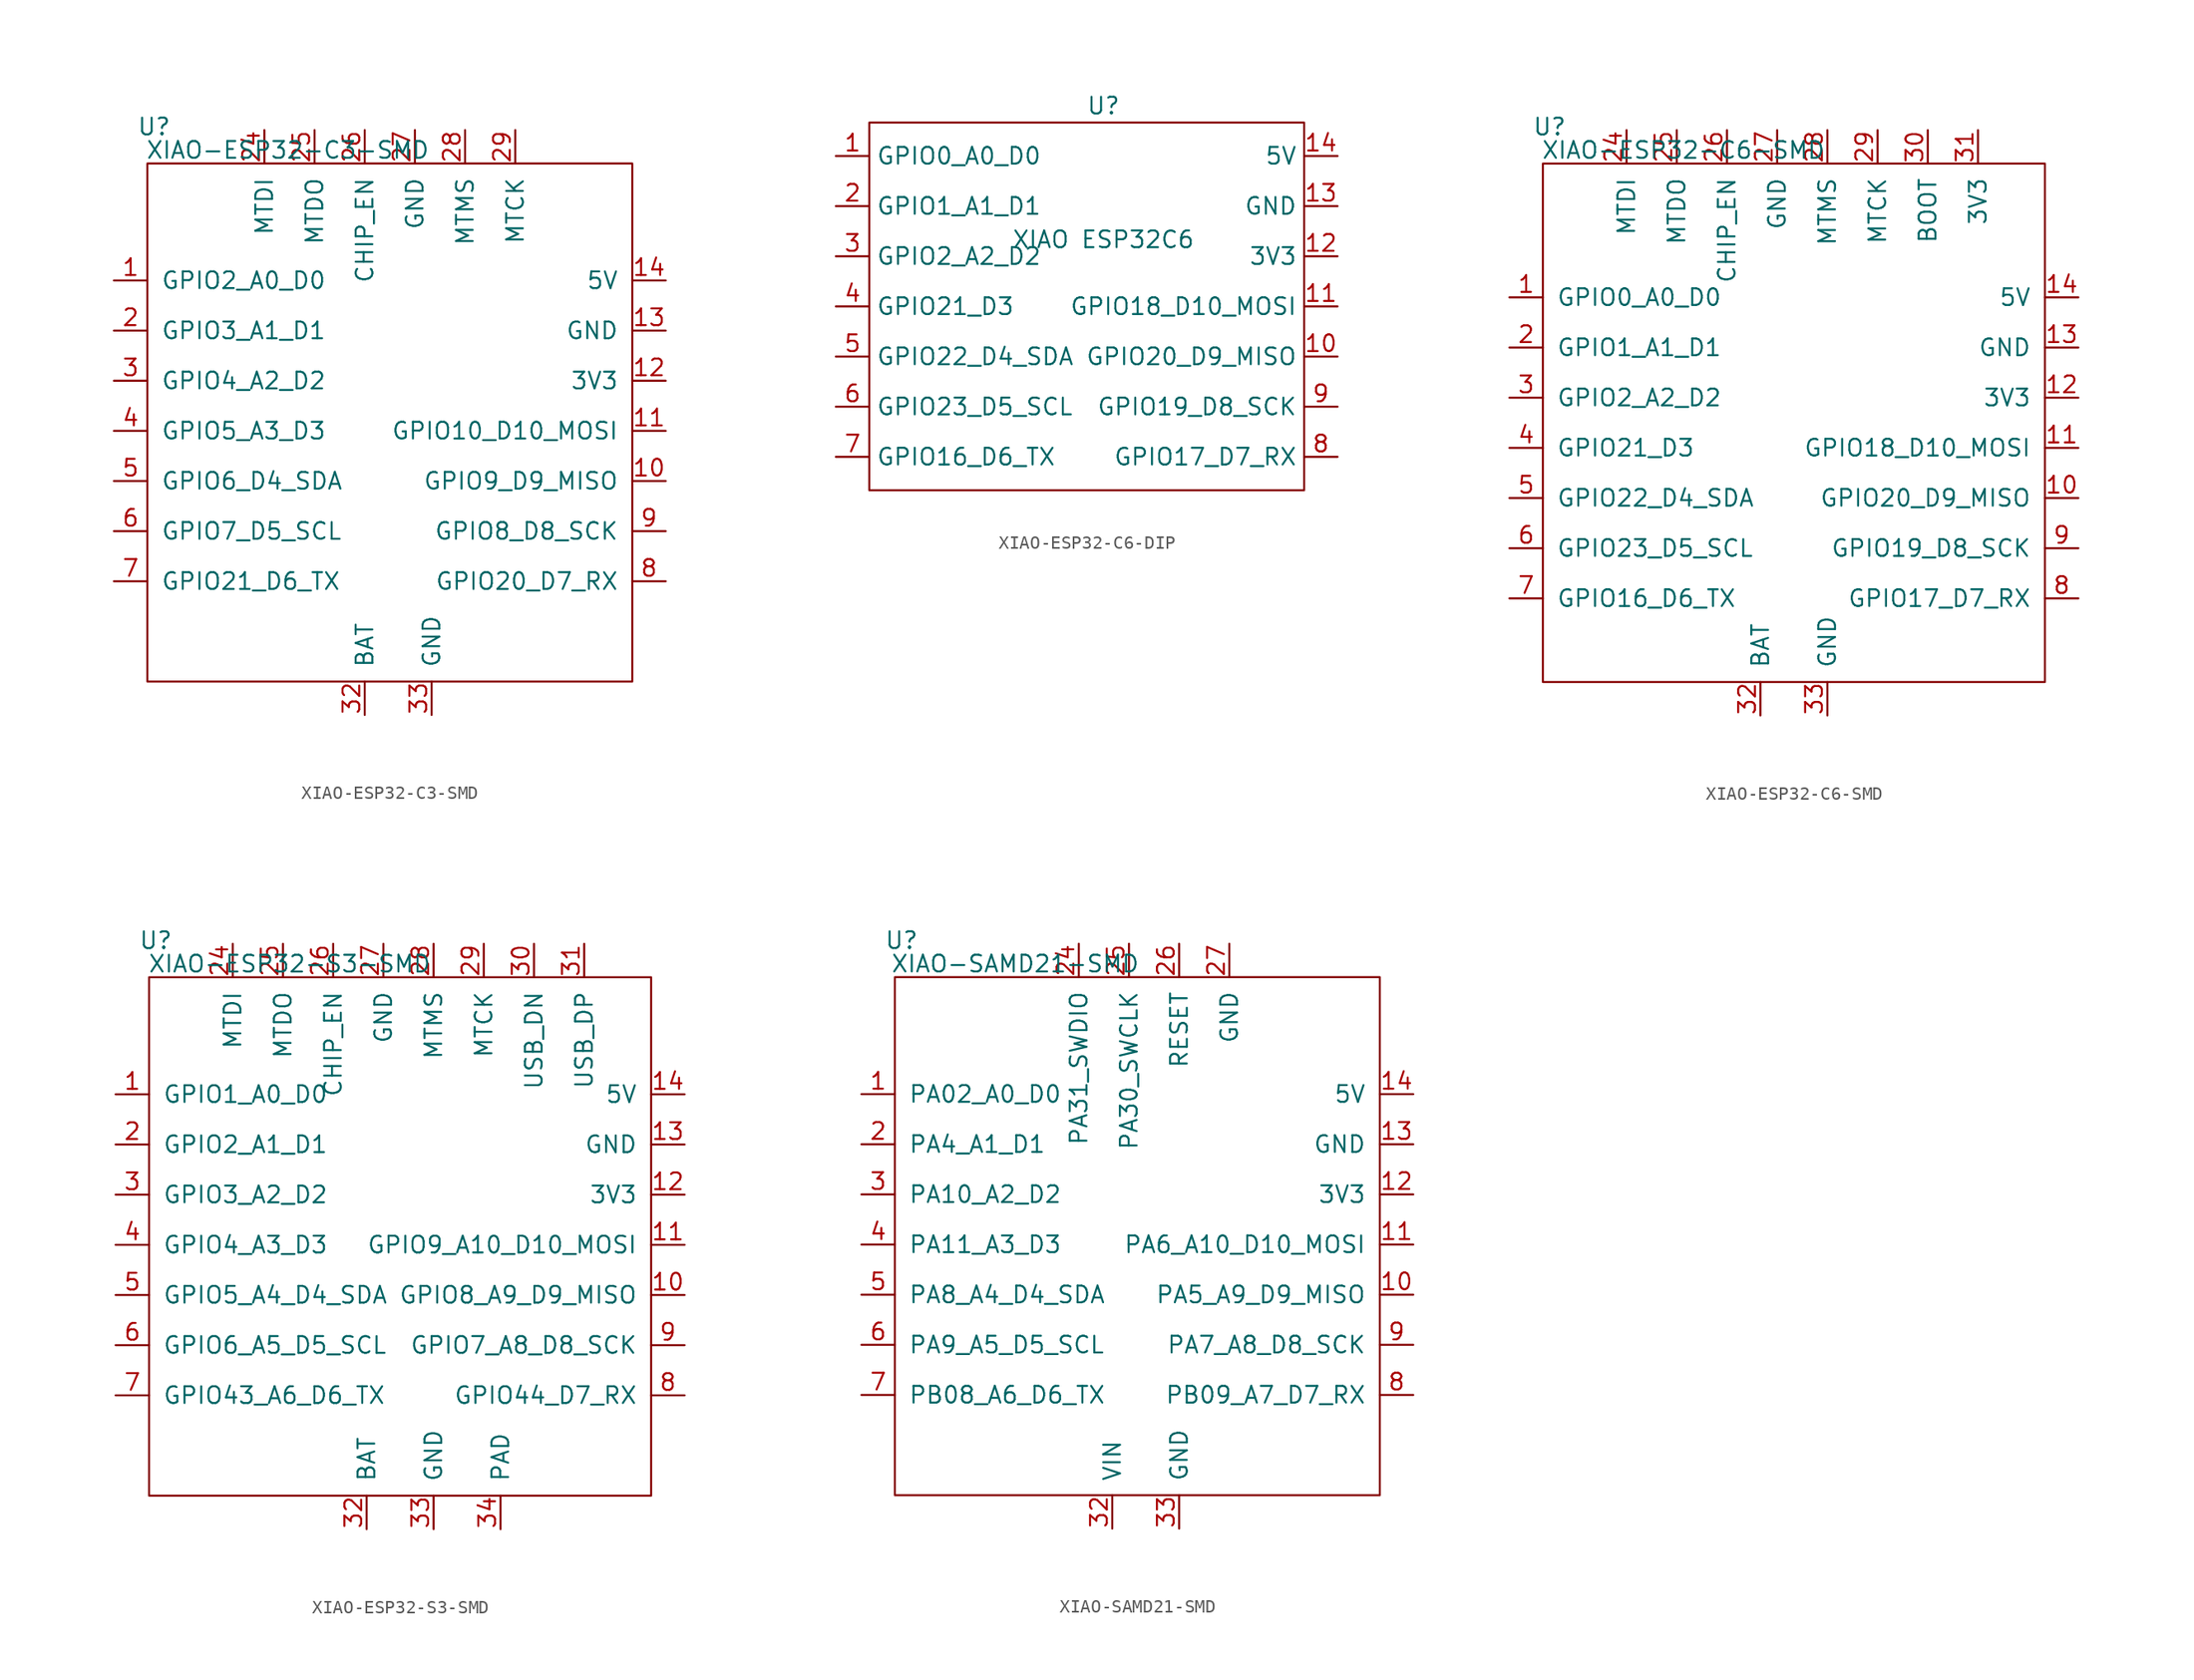
<source format=kicad_sym>
(kicad_symbol_lib
  (version 20241209)
  (generator "kicad_symbol_editor")
  (generator_version "9.0")
  (symbol "XIAO-ESP32-C3-SMD"
    (pin_names
      (offset 1.016))
    (property "Reference" "U"
      (at -18.542 23.114 0)
      (effects (font (size 1.27 1.27))))
    (property "Value" "XIAO-ESP32-C3-SMD"
      (at -8.382 21.336 0)
      (effects (font (size 1.27 1.27))))
    (symbol "XIAO-ESP32-C3-SMD_0_1"
      (rectangle (start -19.05 20.32) (end 17.78 -19.05) (stroke (width 0) (type default)) (fill (type none))))
    (symbol "XIAO-ESP32-C3-SMD_1_1"
      (pin passive line (at -21.59 11.43 0) (length 2.54) (name "GPIO2_A0_D0" (effects (font (size 1.27 1.27)))) (number "1" (effects (font (size 1.27 1.27)))))
      (pin passive line (at -21.59 7.62 0) (length 2.54) (name "GPIO3_A1_D1" (effects (font (size 1.27 1.27)))) (number "2" (effects (font (size 1.27 1.27)))))
      (pin passive line (at -21.59 3.81 0) (length 2.54) (name "GPIO4_A2_D2" (effects (font (size 1.27 1.27)))) (number "3" (effects (font (size 1.27 1.27)))))
      (pin passive line (at -21.59 0 0) (length 2.54) (name "GPIO5_A3_D3" (effects (font (size 1.27 1.27)))) (number "4" (effects (font (size 1.27 1.27)))))
      (pin passive line (at -21.59 -3.81 0) (length 2.54) (name "GPIO6_D4_SDA" (effects (font (size 1.27 1.27)))) (number "5" (effects (font (size 1.27 1.27)))))
      (pin passive line (at -21.59 -7.62 0) (length 2.54) (name "GPIO7_D5_SCL" (effects (font (size 1.27 1.27)))) (number "6" (effects (font (size 1.27 1.27)))))
      (pin passive line (at -21.59 -11.43 0) (length 2.54) (name "GPIO21_D6_TX" (effects (font (size 1.27 1.27)))) (number "7" (effects (font (size 1.27 1.27)))))
      (pin passive line (at -10.16 22.86 270) (length 2.54) (name "MTDI" (effects (font (size 1.27 1.27)))) (number "24" (effects (font (size 1.27 1.27)))))
      (pin passive line (at -6.35 22.86 270) (length 2.54) (name "MTDO" (effects (font (size 1.27 1.27)))) (number "25" (effects (font (size 1.27 1.27)))))
      (pin passive line (at -2.54 22.86 270) (length 2.54) (name "CHIP_EN" (effects (font (size 1.27 1.27)))) (number "26" (effects (font (size 1.27 1.27)))))
      (pin passive line (at -2.54 -21.59 90) (length 2.54) (name "BAT" (effects (font (size 1.27 1.27)))) (number "32" (effects (font (size 1.27 1.27)))))
      (pin passive line (at 1.27 22.86 270) (length 2.54) (name "GND" (effects (font (size 1.27 1.27)))) (number "27" (effects (font (size 1.27 1.27)))))
      (pin passive line (at 2.54 -21.59 90) (length 2.54) (name "GND" (effects (font (size 1.27 1.27)))) (number "33" (effects (font (size 1.27 1.27)))))
      (pin passive line (at 5.08 22.86 270) (length 2.54) (name "MTMS" (effects (font (size 1.27 1.27)))) (number "28" (effects (font (size 1.27 1.27)))))
      (pin passive line (at 8.89 22.86 270) (length 2.54) (name "MTCK" (effects (font (size 1.27 1.27)))) (number "29" (effects (font (size 1.27 1.27)))))
      (pin passive line (at 20.32 11.43 180) (length 2.54) (name "5V" (effects (font (size 1.27 1.27)))) (number "14" (effects (font (size 1.27 1.27)))))
      (pin passive line (at 20.32 7.62 180) (length 2.54) (name "GND" (effects (font (size 1.27 1.27)))) (number "13" (effects (font (size 1.27 1.27)))))
      (pin passive line (at 20.32 3.81 180) (length 2.54) (name "3V3" (effects (font (size 1.27 1.27)))) (number "12" (effects (font (size 1.27 1.27)))))
      (pin passive line (at 20.32 0 180) (length 2.54) (name "GPIO10_D10_MOSI" (effects (font (size 1.27 1.27)))) (number "11" (effects (font (size 1.27 1.27)))))
      (pin passive line (at 20.32 -3.81 180) (length 2.54) (name "GPIO9_D9_MISO" (effects (font (size 1.27 1.27)))) (number "10" (effects (font (size 1.27 1.27)))))
      (pin passive line (at 20.32 -7.62 180) (length 2.54) (name "GPIO8_D8_SCK" (effects (font (size 1.27 1.27)))) (number "9" (effects (font (size 1.27 1.27)))))
      (pin passive line (at 20.32 -11.43 180) (length 2.54) (name "GPIO20_D7_RX" (effects (font (size 1.27 1.27)))) (number "8" (effects (font (size 1.27 1.27)))))))
  (symbol "XIAO-ESP32-C6-DIP"
    (property "Reference" "U"
      (at 0 10.16 0)
      (effects (font (size 1.27 1.27))))
    (property "Value" "XIAO ESP32C6"
      (at 0 0 0)
      (effects (font (size 1.27 1.27))))
    (symbol "XIAO-ESP32-C6-DIP_0_1"
      (rectangle (start -17.78 8.89) (end 15.24 -19.05) (stroke (width 0) (type default)) (fill (type none))))
    (symbol "XIAO-ESP32-C6-DIP_1_1"
      (pin passive line (at -20.32 6.35 0) (length 2.54) (name "GPIO0_A0_D0" (effects (font (size 1.27 1.27)))) (number "1" (effects (font (size 1.27 1.27)))))
      (pin passive line (at -20.32 2.54 0) (length 2.54) (name "GPIO1_A1_D1" (effects (font (size 1.27 1.27)))) (number "2" (effects (font (size 1.27 1.27)))))
      (pin passive line (at -20.32 -1.27 0) (length 2.54) (name "GPIO2_A2_D2" (effects (font (size 1.27 1.27)))) (number "3" (effects (font (size 1.27 1.27)))))
      (pin passive line (at -20.32 -5.08 0) (length 2.54) (name "GPIO21_D3" (effects (font (size 1.27 1.27)))) (number "4" (effects (font (size 1.27 1.27)))))
      (pin passive line (at -20.32 -8.89 0) (length 2.54) (name "GPIO22_D4_SDA" (effects (font (size 1.27 1.27)))) (number "5" (effects (font (size 1.27 1.27)))))
      (pin passive line (at -20.32 -12.7 0) (length 2.54) (name "GPIO23_D5_SCL" (effects (font (size 1.27 1.27)))) (number "6" (effects (font (size 1.27 1.27)))))
      (pin passive line (at -20.32 -16.51 0) (length 2.54) (name "GPIO16_D6_TX" (effects (font (size 1.27 1.27)))) (number "7" (effects (font (size 1.27 1.27)))))
      (pin passive line (at 17.78 6.35 180) (length 2.54) (name "5V" (effects (font (size 1.27 1.27)))) (number "14" (effects (font (size 1.27 1.27)))))
      (pin passive line (at 17.78 2.54 180) (length 2.54) (name "GND" (effects (font (size 1.27 1.27)))) (number "13" (effects (font (size 1.27 1.27)))))
      (pin passive line (at 17.78 -1.27 180) (length 2.54) (name "3V3" (effects (font (size 1.27 1.27)))) (number "12" (effects (font (size 1.27 1.27)))))
      (pin passive line (at 17.78 -5.08 180) (length 2.54) (name "GPIO18_D10_MOSI" (effects (font (size 1.27 1.27)))) (number "11" (effects (font (size 1.27 1.27)))))
      (pin passive line (at 17.78 -8.89 180) (length 2.54) (name "GPIO20_D9_MISO" (effects (font (size 1.27 1.27)))) (number "10" (effects (font (size 1.27 1.27)))))
      (pin passive line (at 17.78 -12.7 180) (length 2.54) (name "GPIO19_D8_SCK" (effects (font (size 1.27 1.27)))) (number "9" (effects (font (size 1.27 1.27)))))
      (pin passive line (at 17.78 -16.51 180) (length 2.54) (name "GPIO17_D7_RX" (effects (font (size 1.27 1.27)))) (number "8" (effects (font (size 1.27 1.27)))))))
  (symbol "XIAO-ESP32-C6-SMD"
    (pin_names
      (offset 1.016))
    (property "Reference" "U"
      (at -18.542 23.114 0)
      (effects (font (size 1.27 1.27))))
    (property "Value" "XIAO-ESP32-C6-SMD"
      (at -8.382 21.336 0)
      (effects (font (size 1.27 1.27))))
    (symbol "XIAO-ESP32-C6-SMD_0_1"
      (rectangle (start 19.05 -19.05) (end -19.05 20.32) (stroke (width 0) (type default)) (fill (type none))))
    (symbol "XIAO-ESP32-C6-SMD_1_1"
      (pin passive line (at -21.59 10.16 0) (length 2.54) (name "GPIO0_A0_D0" (effects (font (size 1.27 1.27)))) (number "1" (effects (font (size 1.27 1.27)))))
      (pin passive line (at -21.59 6.35 0) (length 2.54) (name "GPIO1_A1_D1" (effects (font (size 1.27 1.27)))) (number "2" (effects (font (size 1.27 1.27)))))
      (pin passive line (at -21.59 2.54 0) (length 2.54) (name "GPIO2_A2_D2" (effects (font (size 1.27 1.27)))) (number "3" (effects (font (size 1.27 1.27)))))
      (pin passive line (at -21.59 -1.27 0) (length 2.54) (name "GPIO21_D3" (effects (font (size 1.27 1.27)))) (number "4" (effects (font (size 1.27 1.27)))))
      (pin passive line (at -21.59 -5.08 0) (length 2.54) (name "GPIO22_D4_SDA" (effects (font (size 1.27 1.27)))) (number "5" (effects (font (size 1.27 1.27)))))
      (pin passive line (at -21.59 -8.89 0) (length 2.54) (name "GPIO23_D5_SCL" (effects (font (size 1.27 1.27)))) (number "6" (effects (font (size 1.27 1.27)))))
      (pin passive line (at -21.59 -12.7 0) (length 2.54) (name "GPIO16_D6_TX" (effects (font (size 1.27 1.27)))) (number "7" (effects (font (size 1.27 1.27)))))
      (pin passive line (at -12.7 22.86 270) (length 2.54) (name "MTDI" (effects (font (size 1.27 1.27)))) (number "24" (effects (font (size 1.27 1.27)))))
      (pin passive line (at -8.89 22.86 270) (length 2.54) (name "MTDO" (effects (font (size 1.27 1.27)))) (number "25" (effects (font (size 1.27 1.27)))))
      (pin passive line (at -5.08 22.86 270) (length 2.54) (name "CHIP_EN" (effects (font (size 1.27 1.27)))) (number "26" (effects (font (size 1.27 1.27)))))
      (pin passive line (at -2.54 -21.59 90) (length 2.54) (name "BAT" (effects (font (size 1.27 1.27)))) (number "32" (effects (font (size 1.27 1.27)))))
      (pin passive line (at -1.27 22.86 270) (length 2.54) (name "GND" (effects (font (size 1.27 1.27)))) (number "27" (effects (font (size 1.27 1.27)))))
      (pin passive line (at 2.54 22.86 270) (length 2.54) (name "MTMS" (effects (font (size 1.27 1.27)))) (number "28" (effects (font (size 1.27 1.27)))))
      (pin passive line (at 2.54 -21.59 90) (length 2.54) (name "GND" (effects (font (size 1.27 1.27)))) (number "33" (effects (font (size 1.27 1.27)))))
      (pin passive line (at 6.35 22.86 270) (length 2.54) (name "MTCK" (effects (font (size 1.27 1.27)))) (number "29" (effects (font (size 1.27 1.27)))))
      (pin passive line (at 10.16 22.86 270) (length 2.54) (name "BOOT" (effects (font (size 1.27 1.27)))) (number "30" (effects (font (size 1.27 1.27)))))
      (pin passive line (at 13.97 22.86 270) (length 2.54) (name "3V3" (effects (font (size 1.27 1.27)))) (number "31" (effects (font (size 1.27 1.27)))))
      (pin passive line (at 21.59 10.16 180) (length 2.54) (name "5V" (effects (font (size 1.27 1.27)))) (number "14" (effects (font (size 1.27 1.27)))))
      (pin passive line (at 21.59 6.35 180) (length 2.54) (name "GND" (effects (font (size 1.27 1.27)))) (number "13" (effects (font (size 1.27 1.27)))))
      (pin passive line (at 21.59 2.54 180) (length 2.54) (name "3V3" (effects (font (size 1.27 1.27)))) (number "12" (effects (font (size 1.27 1.27)))))
      (pin passive line (at 21.59 -1.27 180) (length 2.54) (name "GPIO18_D10_MOSI" (effects (font (size 1.27 1.27)))) (number "11" (effects (font (size 1.27 1.27)))))
      (pin passive line (at 21.59 -5.08 180) (length 2.54) (name "GPIO20_D9_MISO" (effects (font (size 1.27 1.27)))) (number "10" (effects (font (size 1.27 1.27)))))
      (pin passive line (at 21.59 -8.89 180) (length 2.54) (name "GPIO19_D8_SCK" (effects (font (size 1.27 1.27)))) (number "9" (effects (font (size 1.27 1.27)))))
      (pin passive line (at 21.59 -12.7 180) (length 2.54) (name "GPIO17_D7_RX" (effects (font (size 1.27 1.27)))) (number "8" (effects (font (size 1.27 1.27)))))))
  (symbol "XIAO-ESP32-S3-SMD"
    (pin_names
      (offset 1.016))
    (property "Reference" "U"
      (at -18.542 23.114 0)
      (effects (font (size 1.27 1.27))))
    (property "Value" "XIAO-ESP32-S3-SMD"
      (at -8.382 21.336 0)
      (effects (font (size 1.27 1.27))))
    (symbol "XIAO-ESP32-S3-SMD_0_1"
      (rectangle (start 19.05 -19.05) (end -19.05 20.32) (stroke (width 0) (type default)) (fill (type none))))
    (symbol "XIAO-ESP32-S3-SMD_1_1"
      (pin passive line (at -21.59 11.43 0) (length 2.54) (name "GPIO1_A0_D0" (effects (font (size 1.27 1.27)))) (number "1" (effects (font (size 1.27 1.27)))))
      (pin passive line (at -21.59 7.62 0) (length 2.54) (name "GPIO2_A1_D1" (effects (font (size 1.27 1.27)))) (number "2" (effects (font (size 1.27 1.27)))))
      (pin passive line (at -21.59 3.81 0) (length 2.54) (name "GPIO3_A2_D2" (effects (font (size 1.27 1.27)))) (number "3" (effects (font (size 1.27 1.27)))))
      (pin passive line (at -21.59 0 0) (length 2.54) (name "GPIO4_A3_D3" (effects (font (size 1.27 1.27)))) (number "4" (effects (font (size 1.27 1.27)))))
      (pin passive line (at -21.59 -3.81 0) (length 2.54) (name "GPIO5_A4_D4_SDA" (effects (font (size 1.27 1.27)))) (number "5" (effects (font (size 1.27 1.27)))))
      (pin passive line (at -21.59 -7.62 0) (length 2.54) (name "GPIO6_A5_D5_SCL" (effects (font (size 1.27 1.27)))) (number "6" (effects (font (size 1.27 1.27)))))
      (pin passive line (at -21.59 -11.43 0) (length 2.54) (name "GPIO43_A6_D6_TX" (effects (font (size 1.27 1.27)))) (number "7" (effects (font (size 1.27 1.27)))))
      (pin passive line (at -12.7 22.86 270) (length 2.54) (name "MTDI" (effects (font (size 1.27 1.27)))) (number "24" (effects (font (size 1.27 1.27)))))
      (pin passive line (at -8.89 22.86 270) (length 2.54) (name "MTDO" (effects (font (size 1.27 1.27)))) (number "25" (effects (font (size 1.27 1.27)))))
      (pin passive line (at -5.08 22.86 270) (length 2.54) (name "CHIP_EN" (effects (font (size 1.27 1.27)))) (number "26" (effects (font (size 1.27 1.27)))))
      (pin passive line (at -2.54 -21.59 90) (length 2.54) (name "BAT" (effects (font (size 1.27 1.27)))) (number "32" (effects (font (size 1.27 1.27)))))
      (pin passive line (at -1.27 22.86 270) (length 2.54) (name "GND" (effects (font (size 1.27 1.27)))) (number "27" (effects (font (size 1.27 1.27)))))
      (pin passive line (at 2.54 22.86 270) (length 2.54) (name "MTMS" (effects (font (size 1.27 1.27)))) (number "28" (effects (font (size 1.27 1.27)))))
      (pin passive line (at 2.54 -21.59 90) (length 2.54) (name "GND" (effects (font (size 1.27 1.27)))) (number "33" (effects (font (size 1.27 1.27)))))
      (pin passive line (at 6.35 22.86 270) (length 2.54) (name "MTCK" (effects (font (size 1.27 1.27)))) (number "29" (effects (font (size 1.27 1.27)))))
      (pin passive line (at 7.62 -21.59 90) (length 2.54) (name "PAD" (effects (font (size 1.27 1.27)))) (number "34" (effects (font (size 1.27 1.27)))))
      (pin passive line (at 10.16 22.86 270) (length 2.54) (name "USB_DN" (effects (font (size 1.27 1.27)))) (number "30" (effects (font (size 1.27 1.27)))))
      (pin passive line (at 13.97 22.86 270) (length 2.54) (name "USB_DP" (effects (font (size 1.27 1.27)))) (number "31" (effects (font (size 1.27 1.27)))))
      (pin passive line (at 21.59 11.43 180) (length 2.54) (name "5V" (effects (font (size 1.27 1.27)))) (number "14" (effects (font (size 1.27 1.27)))))
      (pin passive line (at 21.59 7.62 180) (length 2.54) (name "GND" (effects (font (size 1.27 1.27)))) (number "13" (effects (font (size 1.27 1.27)))))
      (pin passive line (at 21.59 3.81 180) (length 2.54) (name "3V3" (effects (font (size 1.27 1.27)))) (number "12" (effects (font (size 1.27 1.27)))))
      (pin passive line (at 21.59 0 180) (length 2.54) (name "GPIO9_A10_D10_MOSI" (effects (font (size 1.27 1.27)))) (number "11" (effects (font (size 1.27 1.27)))))
      (pin passive line (at 21.59 -3.81 180) (length 2.54) (name "GPIO8_A9_D9_MISO" (effects (font (size 1.27 1.27)))) (number "10" (effects (font (size 1.27 1.27)))))
      (pin passive line (at 21.59 -7.62 180) (length 2.54) (name "GPIO7_A8_D8_SCK" (effects (font (size 1.27 1.27)))) (number "9" (effects (font (size 1.27 1.27)))))
      (pin passive line (at 21.59 -11.43 180) (length 2.54) (name "GPIO44_D7_RX" (effects (font (size 1.27 1.27)))) (number "8" (effects (font (size 1.27 1.27)))))))
  (symbol "XIAO-SAMD21-SMD"
    (pin_names
      (offset 1.016))
    (property "Reference" "U"
      (at -18.542 23.114 0)
      (effects (font (size 1.27 1.27))))
    (property "Value" "XIAO-SAMD21-SMD"
      (at -9.906 21.336 0)
      (effects (font (size 1.27 1.27))))
    (symbol "XIAO-SAMD21-SMD_0_1"
      (rectangle (start -19.05 20.32) (end 17.78 -19.05) (stroke (width 0) (type default)) (fill (type none))))
    (symbol "XIAO-SAMD21-SMD_1_1"
      (pin passive line (at -21.59 11.43 0) (length 2.54) (name "PA02_A0_D0" (effects (font (size 1.27 1.27)))) (number "1" (effects (font (size 1.27 1.27)))))
      (pin passive line (at -21.59 7.62 0) (length 2.54) (name "PA4_A1_D1" (effects (font (size 1.27 1.27)))) (number "2" (effects (font (size 1.27 1.27)))))
      (pin passive line (at -21.59 3.81 0) (length 2.54) (name "PA10_A2_D2" (effects (font (size 1.27 1.27)))) (number "3" (effects (font (size 1.27 1.27)))))
      (pin passive line (at -21.59 0 0) (length 2.54) (name "PA11_A3_D3" (effects (font (size 1.27 1.27)))) (number "4" (effects (font (size 1.27 1.27)))))
      (pin passive line (at -21.59 -3.81 0) (length 2.54) (name "PA8_A4_D4_SDA" (effects (font (size 1.27 1.27)))) (number "5" (effects (font (size 1.27 1.27)))))
      (pin passive line (at -21.59 -7.62 0) (length 2.54) (name "PA9_A5_D5_SCL" (effects (font (size 1.27 1.27)))) (number "6" (effects (font (size 1.27 1.27)))))
      (pin passive line (at -21.59 -11.43 0) (length 2.54) (name "PB08_A6_D6_TX" (effects (font (size 1.27 1.27)))) (number "7" (effects (font (size 1.27 1.27)))))
      (pin passive line (at -5.08 22.86 270) (length 2.54) (name "PA31_SWDIO" (effects (font (size 1.27 1.27)))) (number "24" (effects (font (size 1.27 1.27)))))
      (pin passive line (at -2.54 -21.59 90) (length 2.54) (name "VIN" (effects (font (size 1.27 1.27)))) (number "32" (effects (font (size 1.27 1.27)))))
      (pin passive line (at -1.27 22.86 270) (length 2.54) (name "PA30_SWCLK" (effects (font (size 1.27 1.27)))) (number "25" (effects (font (size 1.27 1.27)))))
      (pin passive line (at 2.54 22.86 270) (length 2.54) (name "RESET" (effects (font (size 1.27 1.27)))) (number "26" (effects (font (size 1.27 1.27)))))
      (pin passive line (at 2.54 -21.59 90) (length 2.54) (name "GND" (effects (font (size 1.27 1.27)))) (number "33" (effects (font (size 1.27 1.27)))))
      (pin passive line (at 6.35 22.86 270) (length 2.54) (name "GND" (effects (font (size 1.27 1.27)))) (number "27" (effects (font (size 1.27 1.27)))))
      (pin passive line (at 20.32 11.43 180) (length 2.54) (name "5V" (effects (font (size 1.27 1.27)))) (number "14" (effects (font (size 1.27 1.27)))))
      (pin passive line (at 20.32 7.62 180) (length 2.54) (name "GND" (effects (font (size 1.27 1.27)))) (number "13" (effects (font (size 1.27 1.27)))))
      (pin passive line (at 20.32 3.81 180) (length 2.54) (name "3V3" (effects (font (size 1.27 1.27)))) (number "12" (effects (font (size 1.27 1.27)))))
      (pin passive line (at 20.32 0 180) (length 2.54) (name "PA6_A10_D10_MOSI" (effects (font (size 1.27 1.27)))) (number "11" (effects (font (size 1.27 1.27)))))
      (pin passive line (at 20.32 -3.81 180) (length 2.54) (name "PA5_A9_D9_MISO" (effects (font (size 1.27 1.27)))) (number "10" (effects (font (size 1.27 1.27)))))
      (pin passive line (at 20.32 -7.62 180) (length 2.54) (name "PA7_A8_D8_SCK" (effects (font (size 1.27 1.27)))) (number "9" (effects (font (size 1.27 1.27)))))
      (pin passive line (at 20.32 -11.43 180) (length 2.54) (name "PB09_A7_D7_RX" (effects (font (size 1.27 1.27)))) (number "8" (effects (font (size 1.27 1.27))))))))
</source>
